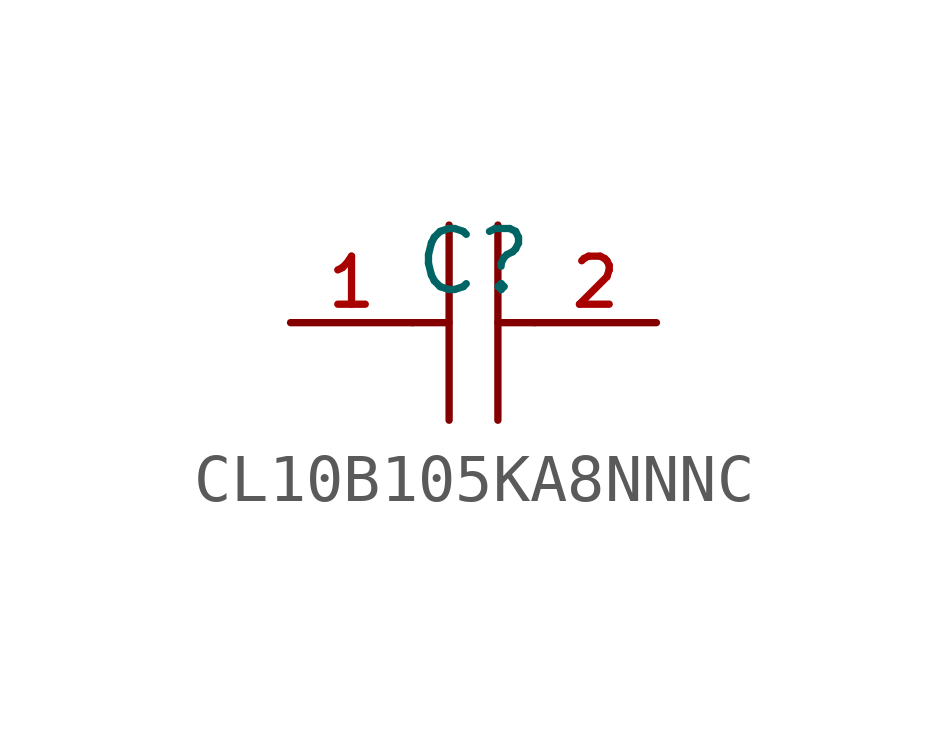
<source format=kicad_sym>
(kicad_symbol_lib
  (version 20210201)
  (generator TousstNicolas/JLC2KiCad_lib)
  (symbol "CL10B105KA8NNNC"
    (pin_names hide)
    (property "Reference" "C"
      (at 0 1.27 0)
      (effects (font (size 1.27 1.27))))
    (symbol "CL10B105KA8NNNC_0_1"
      (polyline (pts (xy -0.508 2.032) (xy -0.508 -2.032)) (stroke (width 0) (type default) (color 0 0 0 0)) (fill (type none)))
      (polyline (pts (xy 0.508 2.032) (xy 0.508 -2.032)) (stroke (width 0) (type default) (color 0 0 0 0)) (fill (type none)))
      (pin input line (at -3.81 -0.0 0) (length 2.54) (name "1" (effects (font (size 1 1)))) (number "1" (effects (font (size 1 1)))))
      (pin input line (at 3.81 -0.0 180) (length 2.54) (name "2" (effects (font (size 1 1)))) (number "2" (effects (font (size 1 1)))))
      (polyline (pts (xy -1.27 -0.0) (xy -0.508 -0.0)) (stroke (width 0) (type default) (color 0 0 0 0)) (fill (type none)))
      (polyline (pts (xy 0.508 -0.0) (xy 1.27 -0.0)) (stroke (width 0) (type default) (color 0 0 0 0)) (fill (type none))))))
</source>
